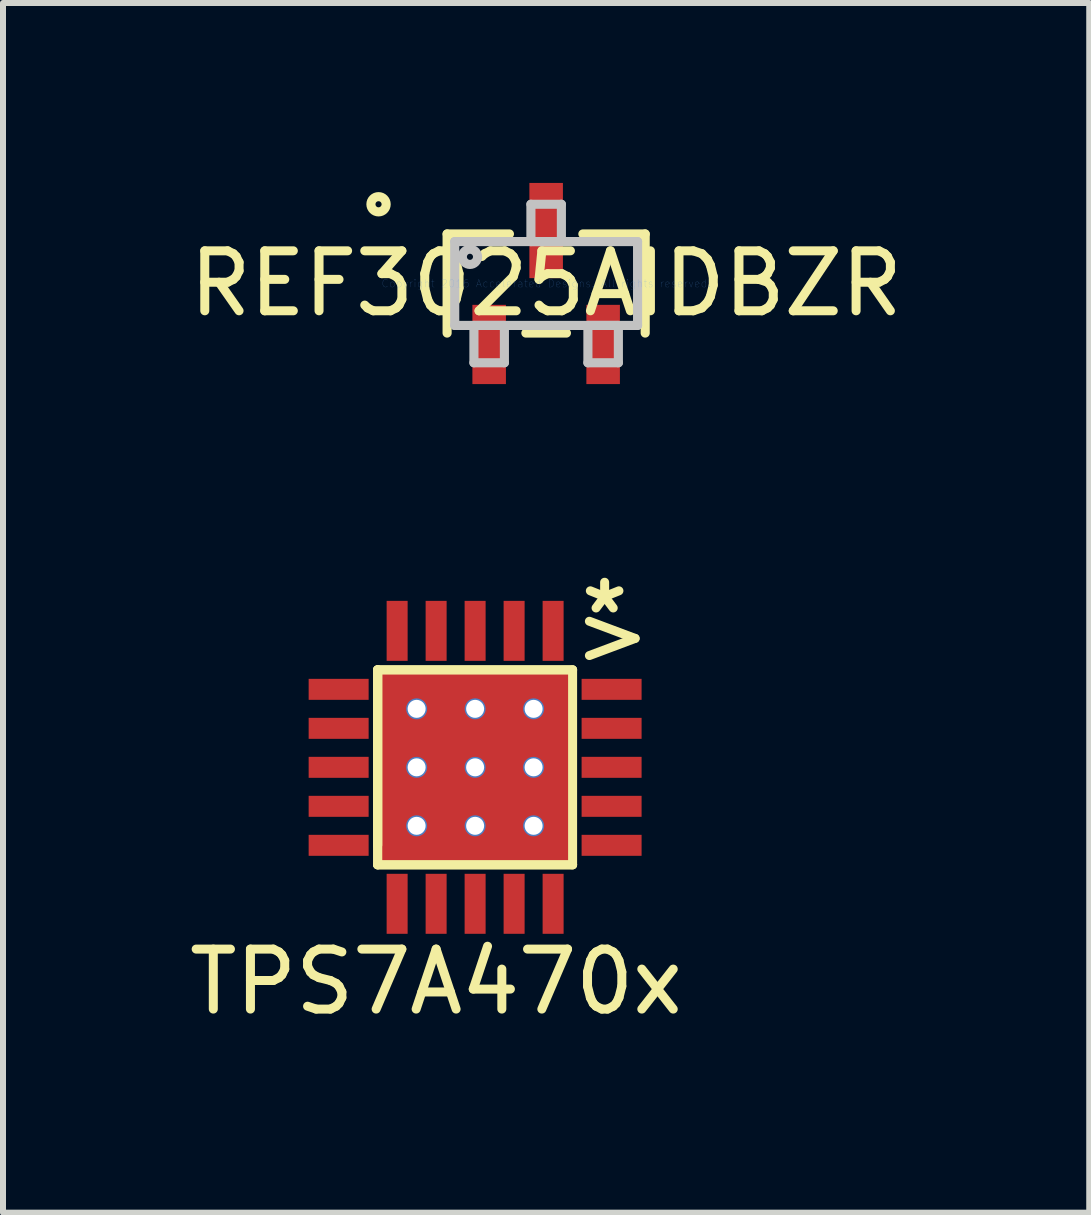
<source format=kicad_pcb>
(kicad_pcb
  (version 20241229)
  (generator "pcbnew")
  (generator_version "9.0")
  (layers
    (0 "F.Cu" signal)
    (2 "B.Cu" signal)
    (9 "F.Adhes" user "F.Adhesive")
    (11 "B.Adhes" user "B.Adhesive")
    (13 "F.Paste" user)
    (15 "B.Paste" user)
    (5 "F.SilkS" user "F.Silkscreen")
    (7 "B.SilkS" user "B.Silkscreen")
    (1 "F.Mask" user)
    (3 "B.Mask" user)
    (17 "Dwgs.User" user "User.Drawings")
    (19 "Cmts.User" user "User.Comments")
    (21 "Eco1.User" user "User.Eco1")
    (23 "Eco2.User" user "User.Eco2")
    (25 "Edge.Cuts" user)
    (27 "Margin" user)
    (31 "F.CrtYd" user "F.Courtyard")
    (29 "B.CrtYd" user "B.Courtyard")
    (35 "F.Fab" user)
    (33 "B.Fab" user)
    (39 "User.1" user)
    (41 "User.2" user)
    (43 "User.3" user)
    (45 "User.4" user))
  (footprint "TPS7A470x"
    (layer "F.Cu")
    (at 4.87 9.741)
    (property "Reference" "TPS7A470x" (at -0.65 3.575 0) (layer "F.SilkS") (effects (font (size 1 1) (thickness 0.15))))
    (attr through_hole)
    (fp_line (start -1.625 -1.625) (end -1.625 1.3) (stroke (width 0.15) (type solid)) (layer "F.SilkS"))
    (fp_line (start -1.625 -1.625) (end -1.625 1.625) (stroke (width 0.15) (type solid)) (layer "F.SilkS"))
    (fp_line (start -1.625 -1.625) (end 1.625 -1.625) (stroke (width 0.15) (type solid)) (layer "F.SilkS"))
    (fp_line (start -1.625 1.3) (end -1.625 -1.625) (stroke (width 0.15) (type solid)) (layer "F.SilkS"))
    (fp_line (start -1.625 1.625) (end -1.625 -1.625) (stroke (width 0.15) (type solid)) (layer "F.SilkS"))
    (fp_line (start -1.625 1.625) (end 1.625 1.625) (stroke (width 0.15) (type solid)) (layer "F.SilkS"))
    (fp_line (start 1.625 -1.625) (end -1.625 -1.625) (stroke (width 0.15) (type solid)) (layer "F.SilkS"))
    (fp_line (start 1.625 1.625) (end -1.625 1.625) (stroke (width 0.15) (type solid)) (layer "F.SilkS"))
    (fp_line (start 1.625 1.625) (end 1.625 -1.625) (stroke (width 0.15) (type solid)) (layer "F.SilkS"))
    (fp_text user "*" (at 2.159 -2.54 0) (layer "F.SilkS") (effects (font (size 1 1) (thickness 0.15))))
    (fp_text user ">" (at 2.286 -2.223 0) (layer "F.SilkS") (effects (font (size 1 1) (thickness 0.15))))
    (pad "1" smd rect (at 1.3 -2.275 180) (size 0.35 1) (layers "F.Cu" "F.Mask"))
    (pad "2" smd rect (at 0.65 -2.275 180) (size 0.35 1) (layers "F.Cu" "F.Mask"))
    (pad "3" smd rect (at 0 -2.275 180) (size 0.35 1) (layers "F.Cu" "F.Mask"))
    (pad "4" smd rect (at -0.65 -2.275 180) (size 0.35 1) (layers "F.Cu" "F.Mask"))
    (pad "5" smd rect (at -1.3 -2.275 180) (size 0.35 1) (layers "F.Cu" "F.Mask"))
    (pad "6" smd rect (at -2.275 -1.3 90) (size 0.35 1) (layers "F.Cu" "F.Mask"))
    (pad "7" smd rect (at -2.275 -0.65 90) (size 0.35 1) (layers "F.Cu" "F.Mask"))
    (pad "7" thru_hole circle (at -0.975 -0.975 90) (size 0.35 0.35) (drill 0.3) (layers "*.Cu"))
    (pad "7" thru_hole circle (at -0.975 0 90) (size 0.35 0.35) (drill 0.3) (layers "*.Cu"))
    (pad "7" thru_hole circle (at -0.975 0.975 90) (size 0.35 0.35) (drill 0.3) (layers "*.Cu"))
    (pad "7" thru_hole circle (at 0 -0.975 90) (size 0.35 0.35) (drill 0.3) (layers "*.Cu"))
    (pad "7" thru_hole circle (at 0 0 90) (size 0.35 0.35) (drill 0.3) (layers "*.Cu"))
    (pad "7" smd rect (at 0 0 180) (size 3.15 3.15) (layers "F.Cu" "F.Mask"))
    (pad "7" thru_hole circle (at 0 0.975 90) (size 0.35 0.35) (drill 0.3) (layers "*.Cu"))
    (pad "7" thru_hole circle (at 0.975 -0.975 90) (size 0.35 0.35) (drill 0.3) (layers "*.Cu"))
    (pad "7" thru_hole circle (at 0.975 0 90) (size 0.35 0.35) (drill 0.3) (layers "*.Cu"))
    (pad "7" thru_hole circle (at 0.975 0.975 90) (size 0.35 0.35) (drill 0.3) (layers "*.Cu"))
    (pad "8" smd rect (at -2.275 0 90) (size 0.35 1) (layers "F.Cu" "F.Mask"))
    (pad "9" smd rect (at -2.275 0.65 90) (size 0.35 1) (layers "F.Cu" "F.Mask"))
    (pad "10" smd rect (at -2.275 1.3 90) (size 0.35 1) (layers "F.Cu" "F.Mask"))
    (pad "11" smd rect (at -1.3 2.275) (size 0.35 1) (layers "F.Cu" "F.Mask"))
    (pad "12" smd rect (at -0.65 2.275) (size 0.35 1) (layers "F.Cu" "F.Mask"))
    (pad "13" smd rect (at 0 2.275) (size 0.35 1) (layers "F.Cu" "F.Mask"))
    (pad "14" smd rect (at 0.65 2.275) (size 0.35 1) (layers "F.Cu" "F.Mask"))
    (pad "15" smd rect (at 1.3 2.275) (size 0.35 1) (layers "F.Cu" "F.Mask"))
    (pad "16" smd rect (at 2.275 1.3 90) (size 0.35 1) (layers "F.Cu" "F.Mask"))
    (pad "17" smd rect (at 2.275 0.65 90) (size 0.35 1) (layers "F.Cu" "F.Mask"))
    (pad "18" smd rect (at 2.275 0 90) (size 0.35 1) (layers "F.Cu" "F.Mask"))
    (pad "19" smd rect (at 2.275 -0.65 90) (size 0.35 1) (layers "F.Cu" "F.Mask"))
    (pad "20" smd rect (at 2.275 -1.3 90) (size 0.35 1) (layers "F.Cu" "F.Mask")))
  (footprint "REF3025AIDBZR"
    (layer "F.Cu")
    (at 6.054 1.676)
    (property "Reference" "REF3025AIDBZR" (at 0 0 0) (layer "F.SilkS") (effects (font (size 1 1) (thickness 0.15))))
    (attr through_hole)
    (fp_line (start -1.651 -0.826) (end -1.651 0.826) (stroke (width 0.152) (type solid)) (layer "F.SilkS"))
    (fp_line (start -0.612 -0.826) (end -1.651 -0.826) (stroke (width 0.152) (type solid)) (layer "F.SilkS"))
    (fp_line (start -0.338 0.826) (end 0.338 0.826) (stroke (width 0.152) (type solid)) (layer "F.SilkS"))
    (fp_line (start 1.651 -0.826) (end 0.612 -0.826) (stroke (width 0.152) (type solid)) (layer "F.SilkS"))
    (fp_line (start 1.651 0.826) (end 1.651 -0.826) (stroke (width 0.152) (type solid)) (layer "F.SilkS"))
    (fp_circle (center -2.794 -1.321) (end -2.667 -1.321) (stroke (width 0.152) (type solid)) (fill no) (layer "F.SilkS"))
    (fp_line (start -1.524 -0.699) (end -1.524 0.699) (stroke (width 0.152) (type solid)) (layer "Dwgs.User"))
    (fp_line (start -1.524 0.699) (end 1.524 0.699) (stroke (width 0.152) (type solid)) (layer "Dwgs.User"))
    (fp_line (start -1.204 0.699) (end -1.204 1.321) (stroke (width 0.152) (type solid)) (layer "Dwgs.User"))
    (fp_line (start -1.204 1.321) (end -0.696 1.321) (stroke (width 0.152) (type solid)) (layer "Dwgs.User"))
    (fp_line (start -0.696 0.699) (end -1.204 0.699) (stroke (width 0.152) (type solid)) (layer "Dwgs.User"))
    (fp_line (start -0.696 1.321) (end -0.696 0.699) (stroke (width 0.152) (type solid)) (layer "Dwgs.User"))
    (fp_line (start -0.254 -1.321) (end -0.254 -0.699) (stroke (width 0.152) (type solid)) (layer "Dwgs.User"))
    (fp_line (start -0.254 -0.699) (end 0.254 -0.699) (stroke (width 0.152) (type solid)) (layer "Dwgs.User"))
    (fp_line (start 0.254 -1.321) (end -0.254 -1.321) (stroke (width 0.152) (type solid)) (layer "Dwgs.User"))
    (fp_line (start 0.254 -0.699) (end 0.254 -1.321) (stroke (width 0.152) (type solid)) (layer "Dwgs.User"))
    (fp_line (start 0.696 0.699) (end 0.696 1.321) (stroke (width 0.152) (type solid)) (layer "Dwgs.User"))
    (fp_line (start 0.696 1.321) (end 1.204 1.321) (stroke (width 0.152) (type solid)) (layer "Dwgs.User"))
    (fp_line (start 1.204 0.699) (end 0.696 0.699) (stroke (width 0.152) (type solid)) (layer "Dwgs.User"))
    (fp_line (start 1.204 1.321) (end 1.204 0.699) (stroke (width 0.152) (type solid)) (layer "Dwgs.User"))
    (fp_line (start 1.524 -0.699) (end -1.524 -0.699) (stroke (width 0.152) (type solid)) (layer "Dwgs.User"))
    (fp_line (start 1.524 0.699) (end 1.524 -0.699) (stroke (width 0.152) (type solid)) (layer "Dwgs.User"))
    (fp_circle (center -1.27 -0.445) (end -1.143 -0.445) (stroke (width 0.152) (type solid)) (fill no) (layer "Dwgs.User"))
    (fp_text user "Copyright 2016 Accelerated Designs. All rights reserved." (at 0 0 0) (layer "Cmts.User") (effects (font (size 0.127 0.127) (thickness 0.002))))
    (pad "1" smd rect (at -0.95 1.016) (size 0.559 1.321) (layers "F.Cu"))
    (pad "2" smd rect (at 0.95 1.016) (size 0.559 1.321) (layers "F.Cu"))
    (pad "3" smd rect (at 0 -0.883) (size 0.559 1.587) (layers "F.Cu")))
  (gr_rect
    (start -3 -3)
    (end 15.107 17.164)
    (stroke (width 0.1) (type default))
    (fill no)
    (layer "Edge.Cuts")))
</source>
